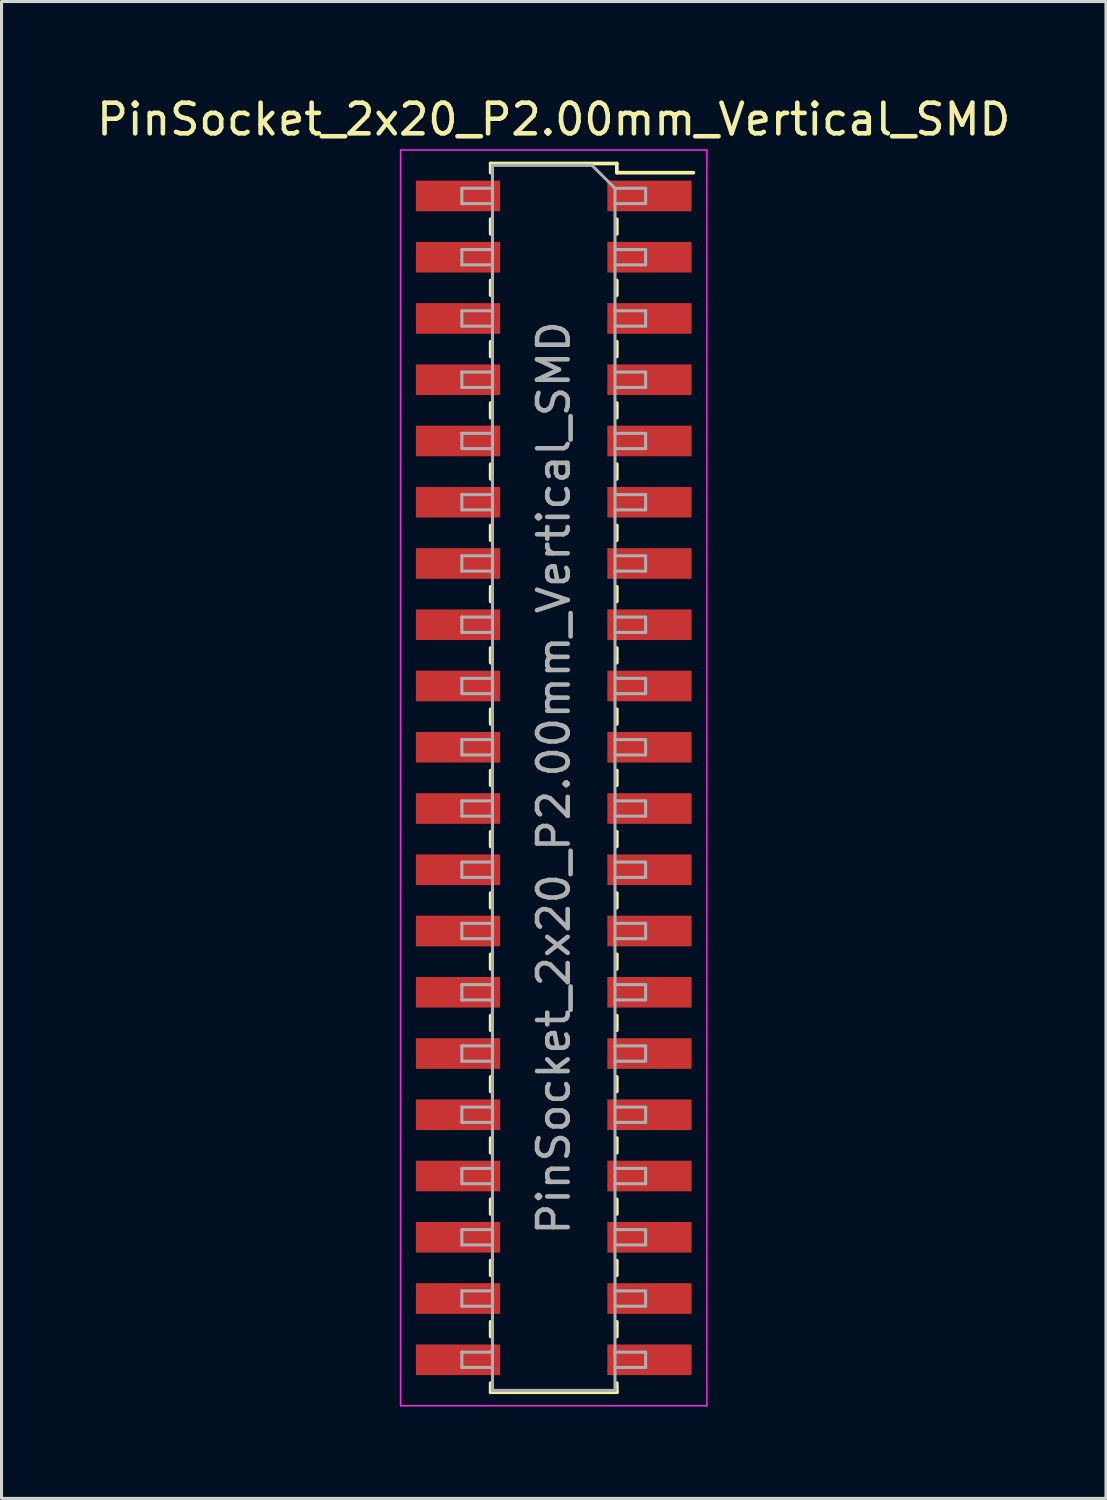
<source format=kicad_pcb>
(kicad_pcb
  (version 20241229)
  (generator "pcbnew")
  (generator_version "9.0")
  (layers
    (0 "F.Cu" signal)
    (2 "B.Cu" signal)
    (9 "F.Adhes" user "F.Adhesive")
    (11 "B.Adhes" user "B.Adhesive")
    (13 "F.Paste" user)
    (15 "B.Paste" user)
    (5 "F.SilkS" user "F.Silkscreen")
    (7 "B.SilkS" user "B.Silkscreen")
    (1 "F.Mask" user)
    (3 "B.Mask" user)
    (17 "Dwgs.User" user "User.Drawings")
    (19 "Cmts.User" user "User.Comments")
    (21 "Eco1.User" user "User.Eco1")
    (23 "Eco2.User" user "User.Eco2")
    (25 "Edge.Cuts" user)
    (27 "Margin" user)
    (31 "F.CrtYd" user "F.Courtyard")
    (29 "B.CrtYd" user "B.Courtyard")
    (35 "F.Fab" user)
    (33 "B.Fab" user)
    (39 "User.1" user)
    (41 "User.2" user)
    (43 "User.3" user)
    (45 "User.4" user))
  (footprint "PinSocket_2x20_P2.00mm_Vertical_SMD"
    (layer "F.Cu")
    (at 15.03 22.348)
    (property "Reference" "PinSocket_2x20_P2.00mm_Vertical_SMD" (at 0 -21.5 0) (layer "F.SilkS") (effects (font (size 1 1) (thickness 0.15))))
    (attr smd)
    (fp_line (start -2.06 -20.06) (end 2.06 -20.06) (stroke (width 0.12) (type solid)) (layer "F.SilkS"))
    (fp_line (start -2.06 -19.76) (end -2.06 -20.06) (stroke (width 0.12) (type solid)) (layer "F.SilkS"))
    (fp_line (start -2.06 -18.24) (end -2.06 -17.76) (stroke (width 0.12) (type solid)) (layer "F.SilkS"))
    (fp_line (start -2.06 -16.24) (end -2.06 -15.76) (stroke (width 0.12) (type solid)) (layer "F.SilkS"))
    (fp_line (start -2.06 -14.24) (end -2.06 -13.76) (stroke (width 0.12) (type solid)) (layer "F.SilkS"))
    (fp_line (start -2.06 -12.24) (end -2.06 -11.76) (stroke (width 0.12) (type solid)) (layer "F.SilkS"))
    (fp_line (start -2.06 -10.24) (end -2.06 -9.76) (stroke (width 0.12) (type solid)) (layer "F.SilkS"))
    (fp_line (start -2.06 -8.24) (end -2.06 -7.76) (stroke (width 0.12) (type solid)) (layer "F.SilkS"))
    (fp_line (start -2.06 -6.24) (end -2.06 -5.76) (stroke (width 0.12) (type solid)) (layer "F.SilkS"))
    (fp_line (start -2.06 -4.24) (end -2.06 -3.76) (stroke (width 0.12) (type solid)) (layer "F.SilkS"))
    (fp_line (start -2.06 -2.24) (end -2.06 -1.76) (stroke (width 0.12) (type solid)) (layer "F.SilkS"))
    (fp_line (start -2.06 -0.24) (end -2.06 0.24) (stroke (width 0.12) (type solid)) (layer "F.SilkS"))
    (fp_line (start -2.06 1.76) (end -2.06 2.24) (stroke (width 0.12) (type solid)) (layer "F.SilkS"))
    (fp_line (start -2.06 3.76) (end -2.06 4.24) (stroke (width 0.12) (type solid)) (layer "F.SilkS"))
    (fp_line (start -2.06 5.76) (end -2.06 6.24) (stroke (width 0.12) (type solid)) (layer "F.SilkS"))
    (fp_line (start -2.06 7.76) (end -2.06 8.24) (stroke (width 0.12) (type solid)) (layer "F.SilkS"))
    (fp_line (start -2.06 9.76) (end -2.06 10.24) (stroke (width 0.12) (type solid)) (layer "F.SilkS"))
    (fp_line (start -2.06 11.76) (end -2.06 12.24) (stroke (width 0.12) (type solid)) (layer "F.SilkS"))
    (fp_line (start -2.06 13.76) (end -2.06 14.24) (stroke (width 0.12) (type solid)) (layer "F.SilkS"))
    (fp_line (start -2.06 15.76) (end -2.06 16.24) (stroke (width 0.12) (type solid)) (layer "F.SilkS"))
    (fp_line (start -2.06 17.76) (end -2.06 18.24) (stroke (width 0.12) (type solid)) (layer "F.SilkS"))
    (fp_line (start -2.06 20.06) (end -2.06 19.76) (stroke (width 0.12) (type solid)) (layer "F.SilkS"))
    (fp_line (start 2.06 -20.06) (end 2.06 -19.76) (stroke (width 0.12) (type solid)) (layer "F.SilkS"))
    (fp_line (start 2.06 -19.76) (end 4.56 -19.76) (stroke (width 0.12) (type solid)) (layer "F.SilkS"))
    (fp_line (start 2.06 -17.76) (end 2.06 -18.24) (stroke (width 0.12) (type solid)) (layer "F.SilkS"))
    (fp_line (start 2.06 -15.76) (end 2.06 -16.24) (stroke (width 0.12) (type solid)) (layer "F.SilkS"))
    (fp_line (start 2.06 -13.76) (end 2.06 -14.24) (stroke (width 0.12) (type solid)) (layer "F.SilkS"))
    (fp_line (start 2.06 -11.76) (end 2.06 -12.24) (stroke (width 0.12) (type solid)) (layer "F.SilkS"))
    (fp_line (start 2.06 -9.76) (end 2.06 -10.24) (stroke (width 0.12) (type solid)) (layer "F.SilkS"))
    (fp_line (start 2.06 -7.76) (end 2.06 -8.24) (stroke (width 0.12) (type solid)) (layer "F.SilkS"))
    (fp_line (start 2.06 -5.76) (end 2.06 -6.24) (stroke (width 0.12) (type solid)) (layer "F.SilkS"))
    (fp_line (start 2.06 -3.76) (end 2.06 -4.24) (stroke (width 0.12) (type solid)) (layer "F.SilkS"))
    (fp_line (start 2.06 -1.76) (end 2.06 -2.24) (stroke (width 0.12) (type solid)) (layer "F.SilkS"))
    (fp_line (start 2.06 0.24) (end 2.06 -0.24) (stroke (width 0.12) (type solid)) (layer "F.SilkS"))
    (fp_line (start 2.06 2.24) (end 2.06 1.76) (stroke (width 0.12) (type solid)) (layer "F.SilkS"))
    (fp_line (start 2.06 4.24) (end 2.06 3.76) (stroke (width 0.12) (type solid)) (layer "F.SilkS"))
    (fp_line (start 2.06 6.24) (end 2.06 5.76) (stroke (width 0.12) (type solid)) (layer "F.SilkS"))
    (fp_line (start 2.06 8.24) (end 2.06 7.76) (stroke (width 0.12) (type solid)) (layer "F.SilkS"))
    (fp_line (start 2.06 10.24) (end 2.06 9.76) (stroke (width 0.12) (type solid)) (layer "F.SilkS"))
    (fp_line (start 2.06 12.24) (end 2.06 11.76) (stroke (width 0.12) (type solid)) (layer "F.SilkS"))
    (fp_line (start 2.06 14.24) (end 2.06 13.76) (stroke (width 0.12) (type solid)) (layer "F.SilkS"))
    (fp_line (start 2.06 16.24) (end 2.06 15.76) (stroke (width 0.12) (type solid)) (layer "F.SilkS"))
    (fp_line (start 2.06 18.24) (end 2.06 17.76) (stroke (width 0.12) (type solid)) (layer "F.SilkS"))
    (fp_line (start 2.06 19.76) (end 2.06 20.06) (stroke (width 0.12) (type solid)) (layer "F.SilkS"))
    (fp_line (start 2.06 20.06) (end -2.06 20.06) (stroke (width 0.12) (type solid)) (layer "F.SilkS"))
    (fp_line (start -5 -20.5) (end 5 -20.5) (stroke (width 0.05) (type solid)) (layer "F.CrtYd"))
    (fp_line (start -5 20.5) (end -5 -20.5) (stroke (width 0.05) (type solid)) (layer "F.CrtYd"))
    (fp_line (start 5 -20.5) (end 5 20.5) (stroke (width 0.05) (type solid)) (layer "F.CrtYd"))
    (fp_line (start 5 20.5) (end -5 20.5) (stroke (width 0.05) (type solid)) (layer "F.CrtYd"))
    (fp_line (start -3 -19.25) (end -2 -19.25) (stroke (width 0.1) (type solid)) (layer "F.Fab"))
    (fp_line (start -3 -18.75) (end -3 -19.25) (stroke (width 0.1) (type solid)) (layer "F.Fab"))
    (fp_line (start -3 -17.25) (end -2 -17.25) (stroke (width 0.1) (type solid)) (layer "F.Fab"))
    (fp_line (start -3 -16.75) (end -3 -17.25) (stroke (width 0.1) (type solid)) (layer "F.Fab"))
    (fp_line (start -3 -15.25) (end -2 -15.25) (stroke (width 0.1) (type solid)) (layer "F.Fab"))
    (fp_line (start -3 -14.75) (end -3 -15.25) (stroke (width 0.1) (type solid)) (layer "F.Fab"))
    (fp_line (start -3 -13.25) (end -2 -13.25) (stroke (width 0.1) (type solid)) (layer "F.Fab"))
    (fp_line (start -3 -12.75) (end -3 -13.25) (stroke (width 0.1) (type solid)) (layer "F.Fab"))
    (fp_line (start -3 -11.25) (end -2 -11.25) (stroke (width 0.1) (type solid)) (layer "F.Fab"))
    (fp_line (start -3 -10.75) (end -3 -11.25) (stroke (width 0.1) (type solid)) (layer "F.Fab"))
    (fp_line (start -3 -9.25) (end -2 -9.25) (stroke (width 0.1) (type solid)) (layer "F.Fab"))
    (fp_line (start -3 -8.75) (end -3 -9.25) (stroke (width 0.1) (type solid)) (layer "F.Fab"))
    (fp_line (start -3 -7.25) (end -2 -7.25) (stroke (width 0.1) (type solid)) (layer "F.Fab"))
    (fp_line (start -3 -6.75) (end -3 -7.25) (stroke (width 0.1) (type solid)) (layer "F.Fab"))
    (fp_line (start -3 -5.25) (end -2 -5.25) (stroke (width 0.1) (type solid)) (layer "F.Fab"))
    (fp_line (start -3 -4.75) (end -3 -5.25) (stroke (width 0.1) (type solid)) (layer "F.Fab"))
    (fp_line (start -3 -3.25) (end -2 -3.25) (stroke (width 0.1) (type solid)) (layer "F.Fab"))
    (fp_line (start -3 -2.75) (end -3 -3.25) (stroke (width 0.1) (type solid)) (layer "F.Fab"))
    (fp_line (start -3 -1.25) (end -2 -1.25) (stroke (width 0.1) (type solid)) (layer "F.Fab"))
    (fp_line (start -3 -0.75) (end -3 -1.25) (stroke (width 0.1) (type solid)) (layer "F.Fab"))
    (fp_line (start -3 0.75) (end -2 0.75) (stroke (width 0.1) (type solid)) (layer "F.Fab"))
    (fp_line (start -3 1.25) (end -3 0.75) (stroke (width 0.1) (type solid)) (layer "F.Fab"))
    (fp_line (start -3 2.75) (end -2 2.75) (stroke (width 0.1) (type solid)) (layer "F.Fab"))
    (fp_line (start -3 3.25) (end -3 2.75) (stroke (width 0.1) (type solid)) (layer "F.Fab"))
    (fp_line (start -3 4.75) (end -2 4.75) (stroke (width 0.1) (type solid)) (layer "F.Fab"))
    (fp_line (start -3 5.25) (end -3 4.75) (stroke (width 0.1) (type solid)) (layer "F.Fab"))
    (fp_line (start -3 6.75) (end -2 6.75) (stroke (width 0.1) (type solid)) (layer "F.Fab"))
    (fp_line (start -3 7.25) (end -3 6.75) (stroke (width 0.1) (type solid)) (layer "F.Fab"))
    (fp_line (start -3 8.75) (end -2 8.75) (stroke (width 0.1) (type solid)) (layer "F.Fab"))
    (fp_line (start -3 9.25) (end -3 8.75) (stroke (width 0.1) (type solid)) (layer "F.Fab"))
    (fp_line (start -3 10.75) (end -2 10.75) (stroke (width 0.1) (type solid)) (layer "F.Fab"))
    (fp_line (start -3 11.25) (end -3 10.75) (stroke (width 0.1) (type solid)) (layer "F.Fab"))
    (fp_line (start -3 12.75) (end -2 12.75) (stroke (width 0.1) (type solid)) (layer "F.Fab"))
    (fp_line (start -3 13.25) (end -3 12.75) (stroke (width 0.1) (type solid)) (layer "F.Fab"))
    (fp_line (start -3 14.75) (end -2 14.75) (stroke (width 0.1) (type solid)) (layer "F.Fab"))
    (fp_line (start -3 15.25) (end -3 14.75) (stroke (width 0.1) (type solid)) (layer "F.Fab"))
    (fp_line (start -3 16.75) (end -2 16.75) (stroke (width 0.1) (type solid)) (layer "F.Fab"))
    (fp_line (start -3 17.25) (end -3 16.75) (stroke (width 0.1) (type solid)) (layer "F.Fab"))
    (fp_line (start -3 18.75) (end -2 18.75) (stroke (width 0.1) (type solid)) (layer "F.Fab"))
    (fp_line (start -3 19.25) (end -3 18.75) (stroke (width 0.1) (type solid)) (layer "F.Fab"))
    (fp_line (start -2 -20) (end 1.25 -20) (stroke (width 0.1) (type solid)) (layer "F.Fab"))
    (fp_line (start -2 -18.75) (end -3 -18.75) (stroke (width 0.1) (type solid)) (layer "F.Fab"))
    (fp_line (start -2 -16.75) (end -3 -16.75) (stroke (width 0.1) (type solid)) (layer "F.Fab"))
    (fp_line (start -2 -14.75) (end -3 -14.75) (stroke (width 0.1) (type solid)) (layer "F.Fab"))
    (fp_line (start -2 -12.75) (end -3 -12.75) (stroke (width 0.1) (type solid)) (layer "F.Fab"))
    (fp_line (start -2 -10.75) (end -3 -10.75) (stroke (width 0.1) (type solid)) (layer "F.Fab"))
    (fp_line (start -2 -8.75) (end -3 -8.75) (stroke (width 0.1) (type solid)) (layer "F.Fab"))
    (fp_line (start -2 -6.75) (end -3 -6.75) (stroke (width 0.1) (type solid)) (layer "F.Fab"))
    (fp_line (start -2 -4.75) (end -3 -4.75) (stroke (width 0.1) (type solid)) (layer "F.Fab"))
    (fp_line (start -2 -2.75) (end -3 -2.75) (stroke (width 0.1) (type solid)) (layer "F.Fab"))
    (fp_line (start -2 -0.75) (end -3 -0.75) (stroke (width 0.1) (type solid)) (layer "F.Fab"))
    (fp_line (start -2 1.25) (end -3 1.25) (stroke (width 0.1) (type solid)) (layer "F.Fab"))
    (fp_line (start -2 3.25) (end -3 3.25) (stroke (width 0.1) (type solid)) (layer "F.Fab"))
    (fp_line (start -2 5.25) (end -3 5.25) (stroke (width 0.1) (type solid)) (layer "F.Fab"))
    (fp_line (start -2 7.25) (end -3 7.25) (stroke (width 0.1) (type solid)) (layer "F.Fab"))
    (fp_line (start -2 9.25) (end -3 9.25) (stroke (width 0.1) (type solid)) (layer "F.Fab"))
    (fp_line (start -2 11.25) (end -3 11.25) (stroke (width 0.1) (type solid)) (layer "F.Fab"))
    (fp_line (start -2 13.25) (end -3 13.25) (stroke (width 0.1) (type solid)) (layer "F.Fab"))
    (fp_line (start -2 15.25) (end -3 15.25) (stroke (width 0.1) (type solid)) (layer "F.Fab"))
    (fp_line (start -2 17.25) (end -3 17.25) (stroke (width 0.1) (type solid)) (layer "F.Fab"))
    (fp_line (start -2 19.25) (end -3 19.25) (stroke (width 0.1) (type solid)) (layer "F.Fab"))
    (fp_line (start -2 20) (end -2 -20) (stroke (width 0.1) (type solid)) (layer "F.Fab"))
    (fp_line (start 1.25 -20) (end 2 -19.25) (stroke (width 0.1) (type solid)) (layer "F.Fab"))
    (fp_line (start 2 -19.25) (end 2 20) (stroke (width 0.1) (type solid)) (layer "F.Fab"))
    (fp_line (start 2 -19.25) (end 3 -19.25) (stroke (width 0.1) (type solid)) (layer "F.Fab"))
    (fp_line (start 2 -17.25) (end 3 -17.25) (stroke (width 0.1) (type solid)) (layer "F.Fab"))
    (fp_line (start 2 -15.25) (end 3 -15.25) (stroke (width 0.1) (type solid)) (layer "F.Fab"))
    (fp_line (start 2 -13.25) (end 3 -13.25) (stroke (width 0.1) (type solid)) (layer "F.Fab"))
    (fp_line (start 2 -11.25) (end 3 -11.25) (stroke (width 0.1) (type solid)) (layer "F.Fab"))
    (fp_line (start 2 -9.25) (end 3 -9.25) (stroke (width 0.1) (type solid)) (layer "F.Fab"))
    (fp_line (start 2 -7.25) (end 3 -7.25) (stroke (width 0.1) (type solid)) (layer "F.Fab"))
    (fp_line (start 2 -5.25) (end 3 -5.25) (stroke (width 0.1) (type solid)) (layer "F.Fab"))
    (fp_line (start 2 -3.25) (end 3 -3.25) (stroke (width 0.1) (type solid)) (layer "F.Fab"))
    (fp_line (start 2 -1.25) (end 3 -1.25) (stroke (width 0.1) (type solid)) (layer "F.Fab"))
    (fp_line (start 2 0.75) (end 3 0.75) (stroke (width 0.1) (type solid)) (layer "F.Fab"))
    (fp_line (start 2 2.75) (end 3 2.75) (stroke (width 0.1) (type solid)) (layer "F.Fab"))
    (fp_line (start 2 4.75) (end 3 4.75) (stroke (width 0.1) (type solid)) (layer "F.Fab"))
    (fp_line (start 2 6.75) (end 3 6.75) (stroke (width 0.1) (type solid)) (layer "F.Fab"))
    (fp_line (start 2 8.75) (end 3 8.75) (stroke (width 0.1) (type solid)) (layer "F.Fab"))
    (fp_line (start 2 10.75) (end 3 10.75) (stroke (width 0.1) (type solid)) (layer "F.Fab"))
    (fp_line (start 2 12.75) (end 3 12.75) (stroke (width 0.1) (type solid)) (layer "F.Fab"))
    (fp_line (start 2 14.75) (end 3 14.75) (stroke (width 0.1) (type solid)) (layer "F.Fab"))
    (fp_line (start 2 16.75) (end 3 16.75) (stroke (width 0.1) (type solid)) (layer "F.Fab"))
    (fp_line (start 2 18.75) (end 3 18.75) (stroke (width 0.1) (type solid)) (layer "F.Fab"))
    (fp_line (start 2 20) (end -2 20) (stroke (width 0.1) (type solid)) (layer "F.Fab"))
    (fp_line (start 3 -19.25) (end 3 -18.75) (stroke (width 0.1) (type solid)) (layer "F.Fab"))
    (fp_line (start 3 -18.75) (end 2 -18.75) (stroke (width 0.1) (type solid)) (layer "F.Fab"))
    (fp_line (start 3 -17.25) (end 3 -16.75) (stroke (width 0.1) (type solid)) (layer "F.Fab"))
    (fp_line (start 3 -16.75) (end 2 -16.75) (stroke (width 0.1) (type solid)) (layer "F.Fab"))
    (fp_line (start 3 -15.25) (end 3 -14.75) (stroke (width 0.1) (type solid)) (layer "F.Fab"))
    (fp_line (start 3 -14.75) (end 2 -14.75) (stroke (width 0.1) (type solid)) (layer "F.Fab"))
    (fp_line (start 3 -13.25) (end 3 -12.75) (stroke (width 0.1) (type solid)) (layer "F.Fab"))
    (fp_line (start 3 -12.75) (end 2 -12.75) (stroke (width 0.1) (type solid)) (layer "F.Fab"))
    (fp_line (start 3 -11.25) (end 3 -10.75) (stroke (width 0.1) (type solid)) (layer "F.Fab"))
    (fp_line (start 3 -10.75) (end 2 -10.75) (stroke (width 0.1) (type solid)) (layer "F.Fab"))
    (fp_line (start 3 -9.25) (end 3 -8.75) (stroke (width 0.1) (type solid)) (layer "F.Fab"))
    (fp_line (start 3 -8.75) (end 2 -8.75) (stroke (width 0.1) (type solid)) (layer "F.Fab"))
    (fp_line (start 3 -7.25) (end 3 -6.75) (stroke (width 0.1) (type solid)) (layer "F.Fab"))
    (fp_line (start 3 -6.75) (end 2 -6.75) (stroke (width 0.1) (type solid)) (layer "F.Fab"))
    (fp_line (start 3 -5.25) (end 3 -4.75) (stroke (width 0.1) (type solid)) (layer "F.Fab"))
    (fp_line (start 3 -4.75) (end 2 -4.75) (stroke (width 0.1) (type solid)) (layer "F.Fab"))
    (fp_line (start 3 -3.25) (end 3 -2.75) (stroke (width 0.1) (type solid)) (layer "F.Fab"))
    (fp_line (start 3 -2.75) (end 2 -2.75) (stroke (width 0.1) (type solid)) (layer "F.Fab"))
    (fp_line (start 3 -1.25) (end 3 -0.75) (stroke (width 0.1) (type solid)) (layer "F.Fab"))
    (fp_line (start 3 -0.75) (end 2 -0.75) (stroke (width 0.1) (type solid)) (layer "F.Fab"))
    (fp_line (start 3 0.75) (end 3 1.25) (stroke (width 0.1) (type solid)) (layer "F.Fab"))
    (fp_line (start 3 1.25) (end 2 1.25) (stroke (width 0.1) (type solid)) (layer "F.Fab"))
    (fp_line (start 3 2.75) (end 3 3.25) (stroke (width 0.1) (type solid)) (layer "F.Fab"))
    (fp_line (start 3 3.25) (end 2 3.25) (stroke (width 0.1) (type solid)) (layer "F.Fab"))
    (fp_line (start 3 4.75) (end 3 5.25) (stroke (width 0.1) (type solid)) (layer "F.Fab"))
    (fp_line (start 3 5.25) (end 2 5.25) (stroke (width 0.1) (type solid)) (layer "F.Fab"))
    (fp_line (start 3 6.75) (end 3 7.25) (stroke (width 0.1) (type solid)) (layer "F.Fab"))
    (fp_line (start 3 7.25) (end 2 7.25) (stroke (width 0.1) (type solid)) (layer "F.Fab"))
    (fp_line (start 3 8.75) (end 3 9.25) (stroke (width 0.1) (type solid)) (layer "F.Fab"))
    (fp_line (start 3 9.25) (end 2 9.25) (stroke (width 0.1) (type solid)) (layer "F.Fab"))
    (fp_line (start 3 10.75) (end 3 11.25) (stroke (width 0.1) (type solid)) (layer "F.Fab"))
    (fp_line (start 3 11.25) (end 2 11.25) (stroke (width 0.1) (type solid)) (layer "F.Fab"))
    (fp_line (start 3 12.75) (end 3 13.25) (stroke (width 0.1) (type solid)) (layer "F.Fab"))
    (fp_line (start 3 13.25) (end 2 13.25) (stroke (width 0.1) (type solid)) (layer "F.Fab"))
    (fp_line (start 3 14.75) (end 3 15.25) (stroke (width 0.1) (type solid)) (layer "F.Fab"))
    (fp_line (start 3 15.25) (end 2 15.25) (stroke (width 0.1) (type solid)) (layer "F.Fab"))
    (fp_line (start 3 16.75) (end 3 17.25) (stroke (width 0.1) (type solid)) (layer "F.Fab"))
    (fp_line (start 3 17.25) (end 2 17.25) (stroke (width 0.1) (type solid)) (layer "F.Fab"))
    (fp_line (start 3 18.75) (end 3 19.25) (stroke (width 0.1) (type solid)) (layer "F.Fab"))
    (fp_line (start 3 19.25) (end 2 19.25) (stroke (width 0.1) (type solid)) (layer "F.Fab"))
    (fp_text user "${REFERENCE}" (at 0 0 90) (layer "F.Fab") (effects (font (size 1 1) (thickness 0.15))))
    (pad "1" smd rect (at 3.125 -19) (size 2.75 1) (layers "F.Cu" "F.Mask" "F.Paste"))
    (pad "2" smd rect (at -3.125 -19) (size 2.75 1) (layers "F.Cu" "F.Mask" "F.Paste"))
    (pad "3" smd rect (at 3.125 -17) (size 2.75 1) (layers "F.Cu" "F.Mask" "F.Paste"))
    (pad "4" smd rect (at -3.125 -17) (size 2.75 1) (layers "F.Cu" "F.Mask" "F.Paste"))
    (pad "5" smd rect (at 3.125 -15) (size 2.75 1) (layers "F.Cu" "F.Mask" "F.Paste"))
    (pad "6" smd rect (at -3.125 -15) (size 2.75 1) (layers "F.Cu" "F.Mask" "F.Paste"))
    (pad "7" smd rect (at 3.125 -13) (size 2.75 1) (layers "F.Cu" "F.Mask" "F.Paste"))
    (pad "8" smd rect (at -3.125 -13) (size 2.75 1) (layers "F.Cu" "F.Mask" "F.Paste"))
    (pad "9" smd rect (at 3.125 -11) (size 2.75 1) (layers "F.Cu" "F.Mask" "F.Paste"))
    (pad "10" smd rect (at -3.125 -11) (size 2.75 1) (layers "F.Cu" "F.Mask" "F.Paste"))
    (pad "11" smd rect (at 3.125 -9) (size 2.75 1) (layers "F.Cu" "F.Mask" "F.Paste"))
    (pad "12" smd rect (at -3.125 -9) (size 2.75 1) (layers "F.Cu" "F.Mask" "F.Paste"))
    (pad "13" smd rect (at 3.125 -7) (size 2.75 1) (layers "F.Cu" "F.Mask" "F.Paste"))
    (pad "14" smd rect (at -3.125 -7) (size 2.75 1) (layers "F.Cu" "F.Mask" "F.Paste"))
    (pad "15" smd rect (at 3.125 -5) (size 2.75 1) (layers "F.Cu" "F.Mask" "F.Paste"))
    (pad "16" smd rect (at -3.125 -5) (size 2.75 1) (layers "F.Cu" "F.Mask" "F.Paste"))
    (pad "17" smd rect (at 3.125 -3) (size 2.75 1) (layers "F.Cu" "F.Mask" "F.Paste"))
    (pad "18" smd rect (at -3.125 -3) (size 2.75 1) (layers "F.Cu" "F.Mask" "F.Paste"))
    (pad "19" smd rect (at 3.125 -1) (size 2.75 1) (layers "F.Cu" "F.Mask" "F.Paste"))
    (pad "20" smd rect (at -3.125 -1) (size 2.75 1) (layers "F.Cu" "F.Mask" "F.Paste"))
    (pad "21" smd rect (at 3.125 1) (size 2.75 1) (layers "F.Cu" "F.Mask" "F.Paste"))
    (pad "22" smd rect (at -3.125 1) (size 2.75 1) (layers "F.Cu" "F.Mask" "F.Paste"))
    (pad "23" smd rect (at 3.125 3) (size 2.75 1) (layers "F.Cu" "F.Mask" "F.Paste"))
    (pad "24" smd rect (at -3.125 3) (size 2.75 1) (layers "F.Cu" "F.Mask" "F.Paste"))
    (pad "25" smd rect (at 3.125 5) (size 2.75 1) (layers "F.Cu" "F.Mask" "F.Paste"))
    (pad "26" smd rect (at -3.125 5) (size 2.75 1) (layers "F.Cu" "F.Mask" "F.Paste"))
    (pad "27" smd rect (at 3.125 7) (size 2.75 1) (layers "F.Cu" "F.Mask" "F.Paste"))
    (pad "28" smd rect (at -3.125 7) (size 2.75 1) (layers "F.Cu" "F.Mask" "F.Paste"))
    (pad "29" smd rect (at 3.125 9) (size 2.75 1) (layers "F.Cu" "F.Mask" "F.Paste"))
    (pad "30" smd rect (at -3.125 9) (size 2.75 1) (layers "F.Cu" "F.Mask" "F.Paste"))
    (pad "31" smd rect (at 3.125 11) (size 2.75 1) (layers "F.Cu" "F.Mask" "F.Paste"))
    (pad "32" smd rect (at -3.125 11) (size 2.75 1) (layers "F.Cu" "F.Mask" "F.Paste"))
    (pad "33" smd rect (at 3.125 13) (size 2.75 1) (layers "F.Cu" "F.Mask" "F.Paste"))
    (pad "34" smd rect (at -3.125 13) (size 2.75 1) (layers "F.Cu" "F.Mask" "F.Paste"))
    (pad "35" smd rect (at 3.125 15) (size 2.75 1) (layers "F.Cu" "F.Mask" "F.Paste"))
    (pad "36" smd rect (at -3.125 15) (size 2.75 1) (layers "F.Cu" "F.Mask" "F.Paste"))
    (pad "37" smd rect (at 3.125 17) (size 2.75 1) (layers "F.Cu" "F.Mask" "F.Paste"))
    (pad "38" smd rect (at -3.125 17) (size 2.75 1) (layers "F.Cu" "F.Mask" "F.Paste"))
    (pad "39" smd rect (at 3.125 19) (size 2.75 1) (layers "F.Cu" "F.Mask" "F.Paste"))
    (pad "40" smd rect (at -3.125 19) (size 2.75 1) (layers "F.Cu" "F.Mask" "F.Paste")))
  (gr_rect
    (start -3 -3)
    (end 33.06 45.873)
    (stroke (width 0.1) (type default))
    (fill no)
    (layer "Edge.Cuts")))
</source>
